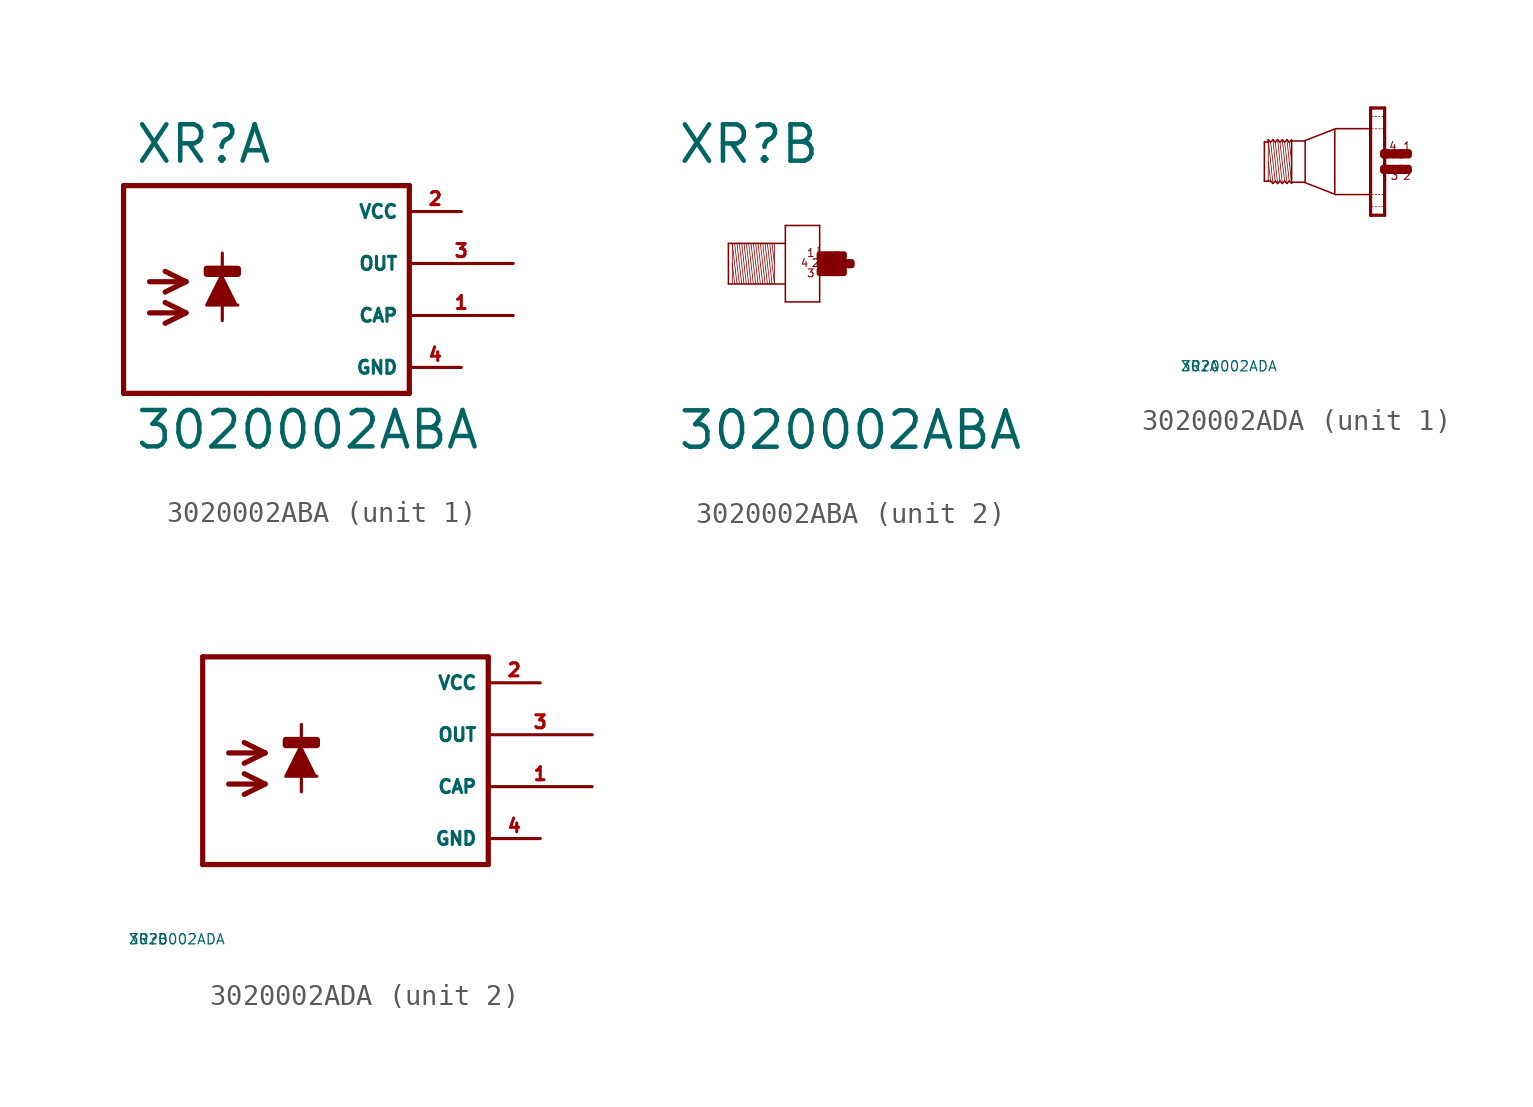
<source format=kicad_sym>
(kicad_symbol_lib
  (version 20220914)
  (generator Eagle2Kicad)
  (symbol "3020002ABA"
    (property "Reference" "XR"
      (at -5.842 4.801 0)
      (effects (font (size 1.778 1.778) (thickness 0.22)) (justify left bottom)))
    (property "Value" "3020002ABA"
      (at -5.842 -9.169 0)
      (effects (font (size 1.778 1.778) (thickness 0.22)) (justify left bottom)))
    (symbol "3020002ABA_1_0"
      (polyline (pts (xy -1.524 -0.508) (xy -2.286 -2.032) (xy -0.762 -2.032)) (stroke (width 0.152) (type default)) (fill (type outline)))
      (polyline (pts (xy -5.08 -0.889) (xy -3.302 -0.889)) (stroke (width 0.254) (type default)) (fill (type none)))
      (polyline (pts (xy -3.302 -0.889) (xy -4.318 -1.397)) (stroke (width 0.254) (type default)) (fill (type none)))
      (polyline (pts (xy -3.302 -0.889) (xy -4.318 -0.381)) (stroke (width 0.254) (type default)) (fill (type none)))
      (polyline (pts (xy -5.08 -2.413) (xy -3.302 -2.413)) (stroke (width 0.254) (type default)) (fill (type none)))
      (polyline (pts (xy -3.302 -2.413) (xy -4.318 -2.921)) (stroke (width 0.254) (type default)) (fill (type none)))
      (polyline (pts (xy -3.302 -2.413) (xy -4.318 -1.905)) (stroke (width 0.254) (type default)) (fill (type none)))
      (polyline (pts (xy -1.524 0.508) (xy -1.524 -2.794)) (stroke (width 0.152) (type default)) (fill (type none)))
      (polyline (pts (xy 7.62 3.81) (xy -6.35 3.81)) (stroke (width 0.254) (type default)) (fill (type none)))
      (polyline (pts (xy -6.35 3.81) (xy -6.35 -6.35)) (stroke (width 0.254) (type default)) (fill (type none)))
      (polyline (pts (xy -6.35 -6.35) (xy 7.62 -6.35)) (stroke (width 0.254) (type default)) (fill (type none)))
      (polyline (pts (xy 7.62 -6.35) (xy 7.62 3.81)) (stroke (width 0.254) (type default)) (fill (type none)))
      (rectangle (start -2.286 -0.508) (end -0.762 -0.254) (stroke (width 0.3) (type default)) (fill (type outline)))
      (pin unspecified line (at 10.16 2.54 180) (length 2.54) (name "VCC" (effects (font (size 0.635 0.635) (thickness 0.08)) (justify left bottom))) (number "2" (effects (font (size 0.635 0.635) (thickness 0.08)) (justify left bottom))))
      (pin unspecified line (at 10.16 -5.08 180) (length 2.54) (name "GND" (effects (font (size 0.635 0.635) (thickness 0.08)) (justify left bottom))) (number "4" (effects (font (size 0.635 0.635) (thickness 0.08)) (justify left bottom))))
      (pin output line (at 12.7 0 180) (length 5.08) (name "OUT" (effects (font (size 0.635 0.635) (thickness 0.08)) (justify left bottom))) (number "3" (effects (font (size 0.635 0.635) (thickness 0.08)) (justify left bottom))))
      (pin output line (at 12.7 -2.54 180) (length 5.08) (name "CAP" (effects (font (size 0.635 0.635) (thickness 0.08)) (justify left bottom))) (number "1" (effects (font (size 0.635 0.635) (thickness 0.08)) (justify left bottom)))))
    (symbol "3020002ABA_2_0"
      (polyline (pts (xy -1.067 0.953) (xy -1.067 0)) (stroke (width 0.038) (type default)) (fill (type none)))
      (polyline (pts (xy -1.067 0) (xy -1.067 -0.991)) (stroke (width 0.038) (type default)) (fill (type none)))
      (polyline (pts (xy -1.067 -0.991) (xy -1.295 0.991)) (stroke (width 0.038) (type default)) (fill (type none)))
      (polyline (pts (xy -1.181 0.991) (xy -1.067 0)) (stroke (width 0.038) (type default)) (fill (type none)))
      (polyline (pts (xy -1.181 -0.991) (xy -1.41 0.991)) (stroke (width 0.038) (type default)) (fill (type none)))
      (polyline (pts (xy -1.295 -0.991) (xy -1.524 0.991)) (stroke (width 0.038) (type default)) (fill (type none)))
      (polyline (pts (xy -1.41 -0.991) (xy -1.638 0.991)) (stroke (width 0.038) (type default)) (fill (type none)))
      (polyline (pts (xy -1.524 -0.991) (xy -1.753 0.991)) (stroke (width 0.038) (type default)) (fill (type none)))
      (polyline (pts (xy -1.638 -0.991) (xy -1.867 0.991)) (stroke (width 0.038) (type default)) (fill (type none)))
      (polyline (pts (xy -1.753 -0.991) (xy -1.981 0.991)) (stroke (width 0.038) (type default)) (fill (type none)))
      (polyline (pts (xy -1.867 -0.991) (xy -2.095 0.991)) (stroke (width 0.038) (type default)) (fill (type none)))
      (polyline (pts (xy -1.981 -0.991) (xy -2.21 0.991)) (stroke (width 0.038) (type default)) (fill (type none)))
      (polyline (pts (xy -2.095 -0.991) (xy -2.324 0.991)) (stroke (width 0.038) (type default)) (fill (type none)))
      (polyline (pts (xy -2.21 -0.991) (xy -2.438 0.991)) (stroke (width 0.038) (type default)) (fill (type none)))
      (polyline (pts (xy -2.324 -0.991) (xy -2.553 0.991)) (stroke (width 0.038) (type default)) (fill (type none)))
      (polyline (pts (xy -2.438 -0.991) (xy -2.667 0.991)) (stroke (width 0.038) (type default)) (fill (type none)))
      (polyline (pts (xy -2.553 -0.991) (xy -2.781 0.991)) (stroke (width 0.038) (type default)) (fill (type none)))
      (polyline (pts (xy -2.667 -0.991) (xy -2.896 0.991)) (stroke (width 0.038) (type default)) (fill (type none)))
      (polyline (pts (xy -2.781 -0.991) (xy -3.01 0.991)) (stroke (width 0.038) (type default)) (fill (type none)))
      (polyline (pts (xy -2.896 -0.991) (xy -3.124 0.991)) (stroke (width 0.038) (type default)) (fill (type none)))
      (polyline (pts (xy -3.124 0) (xy -3.01 -0.991)) (stroke (width 0.038) (type default)) (fill (type none)))
      (polyline (pts (xy -3.124 0.953) (xy -3.124 -0.953)) (stroke (width 0.038) (type default)) (fill (type none)))
      (polyline (pts (xy -3.315 -0.991) (xy -3.315 0.991)) (stroke (width 0.076) (type default)) (fill (type none)))
      (polyline (pts (xy -3.315 0.991) (xy -0.533 0.991)) (stroke (width 0.076) (type default)) (fill (type none)))
      (polyline (pts (xy -0.533 -0.991) (xy -3.315 -0.991)) (stroke (width 0.076) (type default)) (fill (type none)))
      (polyline (pts (xy -0.533 1.867) (xy -0.533 -1.867)) (stroke (width 0.076) (type default)) (fill (type none)))
      (polyline (pts (xy -0.533 -1.867) (xy 1.143 -1.867)) (stroke (width 0.076) (type default)) (fill (type none)))
      (polyline (pts (xy 1.143 -1.867) (xy 1.143 1.867)) (stroke (width 0.076) (type default)) (fill (type none)))
      (polyline (pts (xy 1.143 1.867) (xy -0.533 1.867)) (stroke (width 0.076) (type default)) (fill (type none)))
      (polyline (pts (xy 1.067 0.8) (xy 1.105 0.8)) (stroke (width 0.038) (type default)) (fill (type none)))
      (polyline (pts (xy 1.105 0.495) (xy 1.067 0.495)) (stroke (width 0.038) (type default)) (fill (type none)))
      (polyline (pts (xy 1.067 0.495) (xy 1.067 0.8)) (stroke (width 0.038) (type default)) (fill (type none)))
      (text "1" (at 0.495 0.305 0) (effects (font (size 0.381 0.381) (thickness 0.05)) (justify left bottom)))
      (text "2" (at 0.724 -0.191 0) (effects (font (size 0.381 0.381) (thickness 0.05)) (justify left bottom)))
      (text "3" (at 0.495 -0.686 0) (effects (font (size 0.381 0.381) (thickness 0.05)) (justify left bottom)))
      (text "4" (at 0.191 -0.191 0) (effects (font (size 0.381 0.381) (thickness 0.05)) (justify left bottom)))
      (rectangle (start 1.143 -0.076) (end 1.638 0.076) (stroke (width 0.3) (type default)) (fill (type outline)))
      (rectangle (start 1.143 0.305) (end 2.019 0.457) (stroke (width 0.3) (type default)) (fill (type outline)))
      (rectangle (start 1.143 -0.457) (end 2.019 -0.305) (stroke (width 0.3) (type default)) (fill (type outline)))
      (rectangle (start 1.981 -0.457) (end 2.324 -0.305) (stroke (width 0.3) (type default)) (fill (type outline)))
      (rectangle (start 1.6 -0.076) (end 1.943 0.076) (stroke (width 0.3) (type default)) (fill (type outline)))
      (rectangle (start 1.981 0.305) (end 2.324 0.457) (stroke (width 0.3) (type default)) (fill (type outline)))
      (rectangle (start 1.905 -0.076) (end 2.705 0.076) (stroke (width 0.3) (type default)) (fill (type outline)))))
  (symbol "3020002ADA"
    (property "Reference" "XR"
      (at -10 -10 0)
      (effects (font (size 0.5 0.5) (thickness 0.06)) (justify left)))
    (property "Value" "3020002ADA"
      (at -10 -10 0)
      (effects (font (size 0.5 0.5) (thickness 0.06)) (justify left)))
    (symbol "3020002ADA_1_0"
      (polyline (pts (xy -4.548 -1.067) (xy -4.777 1.067)) (stroke (width 0.038) (type default)) (fill (type none)))
      (polyline (pts (xy -4.662 0.953) (xy -4.548 0)) (stroke (width 0.038) (type default)) (fill (type none)))
      (polyline (pts (xy -4.662 -0.953) (xy -4.891 0.953)) (stroke (width 0.038) (type default)) (fill (type none)))
      (polyline (pts (xy -4.777 -1.067) (xy -5.005 1.067)) (stroke (width 0.038) (type default)) (fill (type none)))
      (polyline (pts (xy -4.891 -0.953) (xy -5.12 0.953)) (stroke (width 0.038) (type default)) (fill (type none)))
      (polyline (pts (xy -5.005 -1.067) (xy -5.234 1.067)) (stroke (width 0.038) (type default)) (fill (type none)))
      (polyline (pts (xy -5.12 -0.953) (xy -5.348 0.953)) (stroke (width 0.038) (type default)) (fill (type none)))
      (polyline (pts (xy -5.234 -1.067) (xy -5.462 1.067)) (stroke (width 0.038) (type default)) (fill (type none)))
      (polyline (pts (xy -5.348 -0.953) (xy -5.577 0.953)) (stroke (width 0.038) (type default)) (fill (type none)))
      (polyline (pts (xy -5.462 -1.067) (xy -5.691 1.067)) (stroke (width 0.038) (type default)) (fill (type none)))
      (polyline (pts (xy -5.691 0) (xy -5.577 -0.953)) (stroke (width 0.038) (type default)) (fill (type none)))
      (polyline (pts (xy -5.691 1.029) (xy -5.691 0.953)) (stroke (width 0.038) (type default)) (fill (type none)))
      (polyline (pts (xy -5.691 0.953) (xy -5.691 -0.953)) (stroke (width 0.038) (type default)) (fill (type none)))
      (polyline (pts (xy -5.881 -0.953) (xy -5.881 0.953)) (stroke (width 0.076) (type default)) (fill (type none)))
      (polyline (pts (xy -5.881 0.953) (xy -5.691 0.953)) (stroke (width 0.076) (type default)) (fill (type none)))
      (polyline (pts (xy -5.691 0.953) (xy -5.691 1.067)) (stroke (width 0.076) (type default)) (fill (type none)))
      (polyline (pts (xy -5.691 1.067) (xy -5.577 0.953)) (stroke (width 0.076) (type default)) (fill (type none)))
      (polyline (pts (xy -5.577 0.953) (xy -5.462 1.067)) (stroke (width 0.076) (type default)) (fill (type none)))
      (polyline (pts (xy -5.462 1.067) (xy -5.348 0.953)) (stroke (width 0.076) (type default)) (fill (type none)))
      (polyline (pts (xy -5.348 0.953) (xy -5.234 1.067)) (stroke (width 0.076) (type default)) (fill (type none)))
      (polyline (pts (xy -5.234 1.067) (xy -5.12 0.953)) (stroke (width 0.076) (type default)) (fill (type none)))
      (polyline (pts (xy -5.12 0.953) (xy -5.005 1.067)) (stroke (width 0.076) (type default)) (fill (type none)))
      (polyline (pts (xy -4.777 1.067) (xy -4.662 0.953)) (stroke (width 0.076) (type default)) (fill (type none)))
      (polyline (pts (xy -4.662 0.953) (xy -4.548 1.067)) (stroke (width 0.076) (type default)) (fill (type none)))
      (polyline (pts (xy -4.548 -1.067) (xy -4.662 -0.953)) (stroke (width 0.076) (type default)) (fill (type none)))
      (polyline (pts (xy -4.662 -0.953) (xy -4.777 -1.067)) (stroke (width 0.076) (type default)) (fill (type none)))
      (polyline (pts (xy -4.777 -1.067) (xy -4.891 -0.953)) (stroke (width 0.076) (type default)) (fill (type none)))
      (polyline (pts (xy -4.891 -0.953) (xy -5.005 -1.067)) (stroke (width 0.076) (type default)) (fill (type none)))
      (polyline (pts (xy -5.005 -1.067) (xy -5.12 -0.953)) (stroke (width 0.076) (type default)) (fill (type none)))
      (polyline (pts (xy -5.12 -0.953) (xy -5.234 -1.067)) (stroke (width 0.076) (type default)) (fill (type none)))
      (polyline (pts (xy -5.234 -1.067) (xy -5.348 -0.953)) (stroke (width 0.076) (type default)) (fill (type none)))
      (polyline (pts (xy -5.348 -0.953) (xy -5.462 -1.067)) (stroke (width 0.076) (type default)) (fill (type none)))
      (polyline (pts (xy -5.462 -1.067) (xy -5.577 -0.953)) (stroke (width 0.076) (type default)) (fill (type none)))
      (polyline (pts (xy -5.577 -0.953) (xy -5.691 -0.953)) (stroke (width 0.076) (type default)) (fill (type none)))
      (polyline (pts (xy -5.691 -0.953) (xy -5.881 -0.953)) (stroke (width 0.076) (type default)) (fill (type none)))
      (polyline (pts (xy -4.548 1.029) (xy -4.548 1.01)) (stroke (width 0.076) (type default)) (fill (type none)))
      (polyline (pts (xy -4.548 1.01) (xy -4.548 -1.01)) (stroke (width 0.076) (type default)) (fill (type none)))
      (polyline (pts (xy -4.548 -1.01) (xy -4.548 -1.029)) (stroke (width 0.076) (type default)) (fill (type none)))
      (polyline (pts (xy -0.038 2.594) (xy -0.038 -2.594)) (stroke (width 0.076) (type default)) (fill (type none)))
      (polyline (pts (xy -0.038 -2.594) (xy -0.655 -2.594)) (stroke (width 0.076) (type default)) (fill (type none)))
      (polyline (pts (xy -0.655 -2.594) (xy -0.655 2.594)) (stroke (width 0.076) (type default)) (fill (type none)))
      (polyline (pts (xy -0.655 2.594) (xy -0.038 2.594)) (stroke (width 0.076) (type default)) (fill (type none)))
      (polyline (pts (xy -0.699 1.61) (xy -2.4 1.61)) (stroke (width 0.076) (type default)) (fill (type none)))
      (polyline (pts (xy -2.4 1.61) (xy -3.938 1.012)) (stroke (width 0.076) (type default)) (fill (type none)))
      (polyline (pts (xy -0.669 -1.61) (xy -2.4 -1.61)) (stroke (width 0.076) (type default)) (fill (type none)))
      (polyline (pts (xy -2.4 -1.61) (xy -3.938 -1.012)) (stroke (width 0.076) (type default)) (fill (type none)))
      (polyline (pts (xy -3.938 -1.01) (xy -4.548 -1.01)) (stroke (width 0.076) (type default)) (fill (type none)))
      (polyline (pts (xy -4.548 1.01) (xy -3.938 1.01)) (stroke (width 0.076) (type default)) (fill (type none)))
      (polyline (pts (xy -4.777 1.067) (xy -4.891 0.953)) (stroke (width 0.076) (type default)) (fill (type none)))
      (polyline (pts (xy -4.891 0.953) (xy -5.005 1.067)) (stroke (width 0.076) (type default)) (fill (type none)))
      (polyline (pts (xy 0 -2.625) (xy -0.69 -2.625)) (stroke (width 0) (type default)) (fill (type none)))
      (polyline (pts (xy 0 -2.625) (xy 0 2.625)) (stroke (width 0) (type default)) (fill (type none)))
      (polyline (pts (xy 0 2.625) (xy -0.69 2.625)) (stroke (width 0) (type default)) (fill (type none)))
      (polyline (pts (xy -0.69 2.625) (xy -0.69 -2.625)) (stroke (width 0) (type default)) (fill (type none)))
      (polyline (pts (xy -0.039 -1.605) (xy -0.135 -1.605)) (stroke (width 0.038) (type default)) (fill (type none)))
      (polyline (pts (xy -0.225 -1.605) (xy -0.3 -1.605)) (stroke (width 0.038) (type default)) (fill (type none)))
      (polyline (pts (xy -0.39 -1.605) (xy -0.465 -1.605)) (stroke (width 0.038) (type default)) (fill (type none)))
      (polyline (pts (xy -0.555 -1.605) (xy -0.633 -1.605)) (stroke (width 0.038) (type default)) (fill (type none)))
      (polyline (pts (xy -0.039 -2.205) (xy -0.12 -2.205)) (stroke (width 0.038) (type default)) (fill (type none)))
      (polyline (pts (xy -0.21 -2.205) (xy -0.285 -2.205)) (stroke (width 0.038) (type default)) (fill (type none)))
      (polyline (pts (xy -0.39 -2.205) (xy -0.465 -2.205)) (stroke (width 0.038) (type default)) (fill (type none)))
      (polyline (pts (xy -0.555 -2.205) (xy -0.633 -2.205)) (stroke (width 0.038) (type default)) (fill (type none)))
      (polyline (pts (xy -0.039 2.205) (xy -0.135 2.205)) (stroke (width 0.038) (type default)) (fill (type none)))
      (polyline (pts (xy -0.225 2.205) (xy -0.3 2.205)) (stroke (width 0.038) (type default)) (fill (type none)))
      (polyline (pts (xy -0.39 2.205) (xy -0.465 2.205)) (stroke (width 0.038) (type default)) (fill (type none)))
      (polyline (pts (xy -0.555 2.205) (xy -0.633 2.205)) (stroke (width 0.038) (type default)) (fill (type none)))
      (polyline (pts (xy -0.039 1.605) (xy -0.12 1.605)) (stroke (width 0.038) (type default)) (fill (type none)))
      (polyline (pts (xy -0.21 1.605) (xy -0.285 1.605)) (stroke (width 0.038) (type default)) (fill (type none)))
      (polyline (pts (xy -0.39 1.605) (xy -0.465 1.605)) (stroke (width 0.038) (type default)) (fill (type none)))
      (polyline (pts (xy -0.555 1.605) (xy -0.633 1.605)) (stroke (width 0.038) (type default)) (fill (type none)))
      (polyline (pts (xy -3.886 0.991) (xy -3.886 -0.991)) (stroke (width 0.076) (type default)) (fill (type none)))
      (polyline (pts (xy -2.438 1.524) (xy -2.438 -1.524)) (stroke (width 0.076) (type default)) (fill (type none)))
      (text "1" (at 0.876 0.533 0) (effects (font (size 0.381 0.381) (thickness 0.05)) (justify left bottom)))
      (text "3" (at 0.267 -0.914 0) (effects (font (size 0.381 0.381) (thickness 0.05)) (justify left bottom)))
      (text "2" (at 0.876 -0.914 0) (effects (font (size 0.381 0.381) (thickness 0.05)) (justify left bottom)))
      (text "4" (at 0.191 0.533 0) (effects (font (size 0.381 0.381) (thickness 0.05)) (justify left bottom)))
      (rectangle (start 0.838 -0.457) (end 1.181 -0.305) (stroke (width 0.3) (type default)) (fill (type outline)))
      (rectangle (start 0.419 -0.457) (end 0.762 -0.305) (stroke (width 0.3) (type default)) (fill (type outline)))
      (rectangle (start 0.076 -0.457) (end 0.419 -0.305) (stroke (width 0.3) (type default)) (fill (type outline)))
      (rectangle (start -0.076 -0.457) (end 0.152 -0.305) (stroke (width 0.3) (type default)) (fill (type outline)))
      (rectangle (start 0.762 -0.457) (end 0.838 -0.305) (stroke (width 0.3) (type default)) (fill (type outline)))
      (rectangle (start 0.838 0.305) (end 1.181 0.457) (stroke (width 0.3) (type default)) (fill (type outline)))
      (rectangle (start 0.762 0.305) (end 0.838 0.457) (stroke (width 0.3) (type default)) (fill (type outline)))
      (rectangle (start 0.419 0.305) (end 0.762 0.457) (stroke (width 0.3) (type default)) (fill (type outline)))
      (rectangle (start 0.076 0.305) (end 0.419 0.457) (stroke (width 0.3) (type default)) (fill (type outline)))
      (rectangle (start -0.076 0.305) (end 0.152 0.457) (stroke (width 0.3) (type default)) (fill (type outline))))
    (symbol "3020002ADA_2_0"
      (polyline (pts (xy -1.524 -0.508) (xy -2.286 -2.032) (xy -0.762 -2.032)) (stroke (width 0.152) (type default)) (fill (type outline)))
      (polyline (pts (xy -5.08 -0.889) (xy -3.302 -0.889)) (stroke (width 0.254) (type default)) (fill (type none)))
      (polyline (pts (xy -3.302 -0.889) (xy -4.318 -1.397)) (stroke (width 0.254) (type default)) (fill (type none)))
      (polyline (pts (xy -3.302 -0.889) (xy -4.318 -0.381)) (stroke (width 0.254) (type default)) (fill (type none)))
      (polyline (pts (xy -5.08 -2.413) (xy -3.302 -2.413)) (stroke (width 0.254) (type default)) (fill (type none)))
      (polyline (pts (xy -3.302 -2.413) (xy -4.318 -2.921)) (stroke (width 0.254) (type default)) (fill (type none)))
      (polyline (pts (xy -3.302 -2.413) (xy -4.318 -1.905)) (stroke (width 0.254) (type default)) (fill (type none)))
      (polyline (pts (xy -1.524 0.508) (xy -1.524 -2.794)) (stroke (width 0.152) (type default)) (fill (type none)))
      (polyline (pts (xy 7.62 3.81) (xy -6.35 3.81)) (stroke (width 0.254) (type default)) (fill (type none)))
      (polyline (pts (xy -6.35 3.81) (xy -6.35 -6.35)) (stroke (width 0.254) (type default)) (fill (type none)))
      (polyline (pts (xy -6.35 -6.35) (xy 7.62 -6.35)) (stroke (width 0.254) (type default)) (fill (type none)))
      (polyline (pts (xy 7.62 -6.35) (xy 7.62 3.81)) (stroke (width 0.254) (type default)) (fill (type none)))
      (rectangle (start -2.286 -0.508) (end -0.762 -0.254) (stroke (width 0.3) (type default)) (fill (type outline)))
      (pin unspecified line (at 10.16 2.54 180) (length 2.54) (name "VCC" (effects (font (size 0.635 0.635) (thickness 0.08)) (justify left bottom))) (number "2" (effects (font (size 0.635 0.635) (thickness 0.08)) (justify left bottom))))
      (pin unspecified line (at 10.16 -5.08 180) (length 2.54) (name "GND" (effects (font (size 0.635 0.635) (thickness 0.08)) (justify left bottom))) (number "4" (effects (font (size 0.635 0.635) (thickness 0.08)) (justify left bottom))))
      (pin output line (at 12.7 0 180) (length 5.08) (name "OUT" (effects (font (size 0.635 0.635) (thickness 0.08)) (justify left bottom))) (number "3" (effects (font (size 0.635 0.635) (thickness 0.08)) (justify left bottom))))
      (pin output line (at 12.7 -2.54 180) (length 5.08) (name "CAP" (effects (font (size 0.635 0.635) (thickness 0.08)) (justify left bottom))) (number "1" (effects (font (size 0.635 0.635) (thickness 0.08)) (justify left bottom)))))))
</source>
